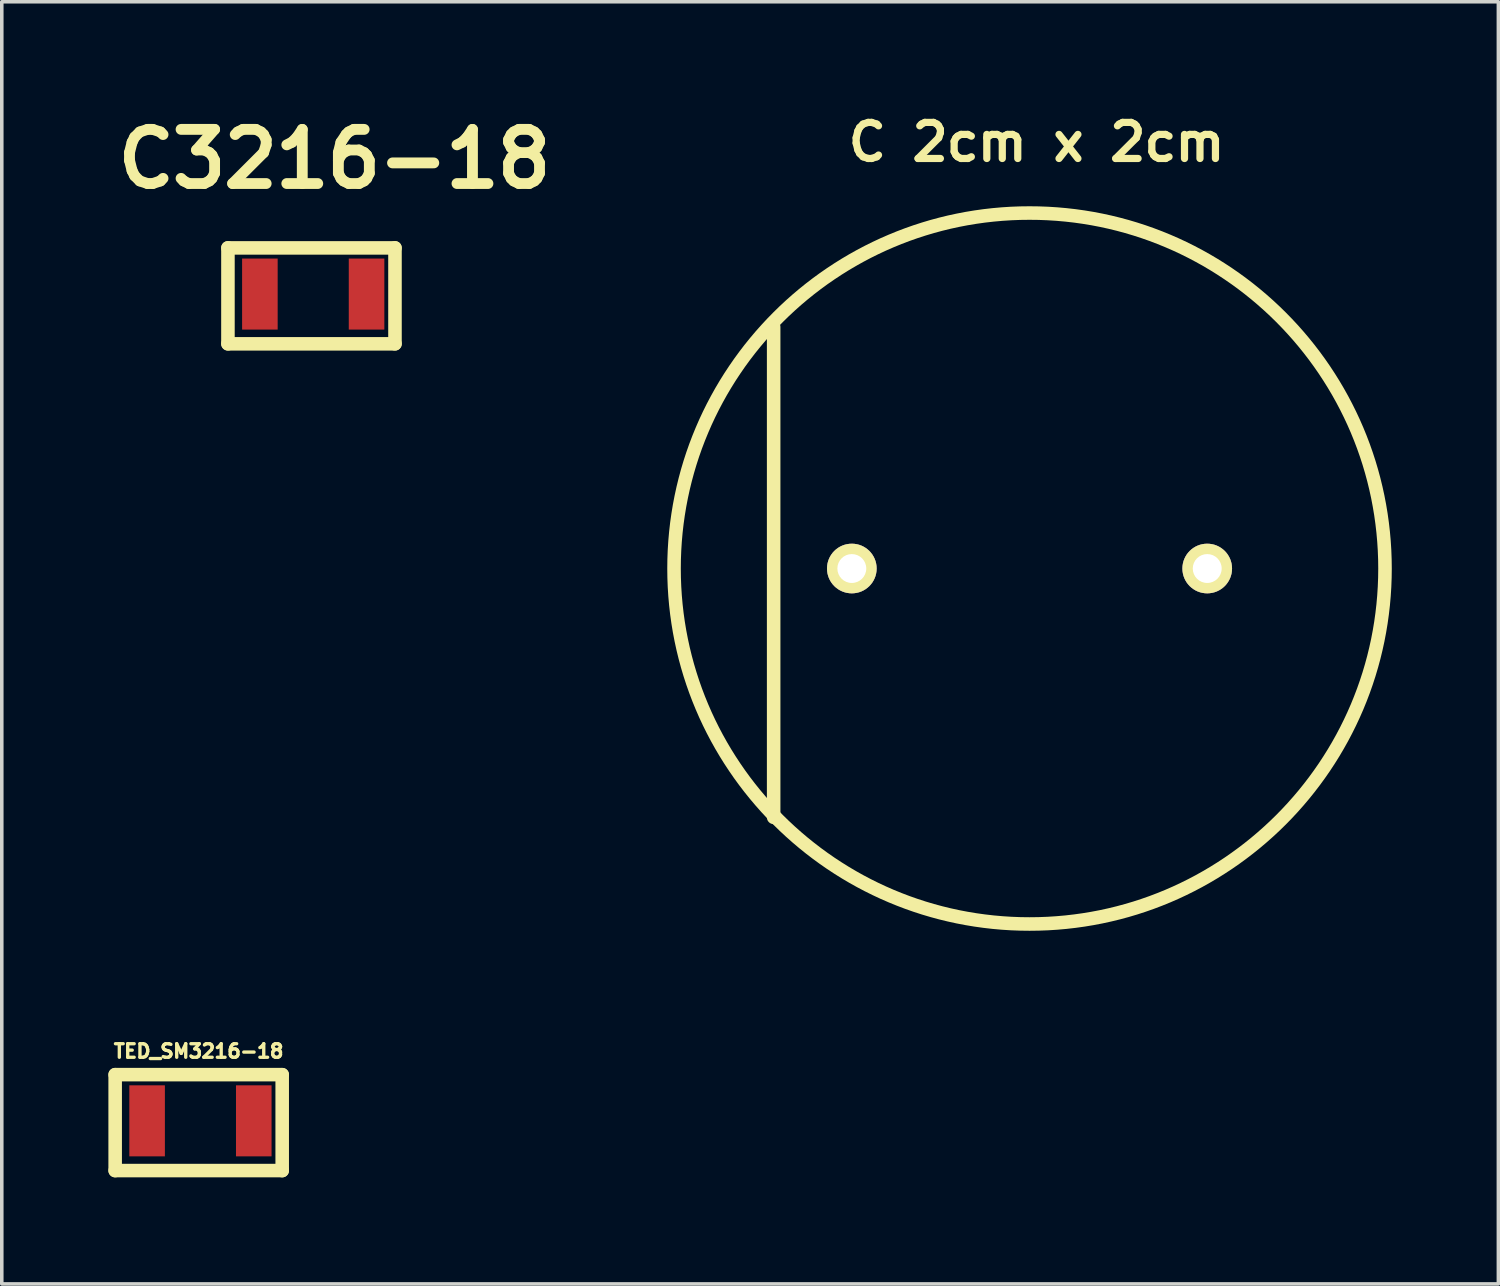
<source format=kicad_pcb>
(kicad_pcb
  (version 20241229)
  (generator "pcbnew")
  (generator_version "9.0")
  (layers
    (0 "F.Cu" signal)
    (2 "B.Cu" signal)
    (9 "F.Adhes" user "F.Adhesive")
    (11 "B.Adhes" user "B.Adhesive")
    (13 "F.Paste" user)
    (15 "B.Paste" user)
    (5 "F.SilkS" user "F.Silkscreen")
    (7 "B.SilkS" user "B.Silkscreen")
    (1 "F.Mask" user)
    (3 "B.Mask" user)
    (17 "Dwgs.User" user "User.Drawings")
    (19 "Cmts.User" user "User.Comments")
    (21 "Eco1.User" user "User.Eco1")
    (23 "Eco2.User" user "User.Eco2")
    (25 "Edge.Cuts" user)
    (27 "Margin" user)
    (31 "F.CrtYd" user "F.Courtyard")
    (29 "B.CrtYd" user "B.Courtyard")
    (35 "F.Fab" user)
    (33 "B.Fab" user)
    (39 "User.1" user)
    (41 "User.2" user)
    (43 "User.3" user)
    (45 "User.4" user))
  (footprint "C 2cm x 2cm"
    (layer "F.Cu")
    (at 25.924 12.95)
    (property "Reference" "C 2cm x 2cm" (at 0.201 -11.999 0) (layer "F.SilkS") (effects (font (size 1.016 1.016) (thickness 0.203))))
    (attr through_hole)
    (fp_line (start -7.201 -6.8) (end -7.201 7.003) (stroke (width 0.381) (type solid)) (layer "F.SilkS"))
    (fp_circle (center 0 0) (end 10 0.3) (stroke (width 0.381) (type solid)) (fill no) (layer "F.SilkS"))
    (pad "1" thru_hole circle (at -5.001 0) (size 1.397 1.397) (drill 0.813) (layers "*.Cu" "*.Mask" "F.SilkS"))
    (pad "2" thru_hole circle (at 5.001 0) (size 1.397 1.397) (drill 0.813) (layers "*.Cu" "*.Mask" "F.SilkS")))
  (footprint "TED_SM3216-18"
    (layer "F.Cu")
    (at 2.591 28.494)
    (property "Reference" "TED_SM3216-18" (at -0.051 -1.961 0) (layer "F.SilkS") (effects (font (size 0.381 0.381) (thickness 0.094))))
    (attr through_hole)
    (fp_line (start -2.4 -1.3) (end 2.301 -1.3) (stroke (width 0.381) (type solid)) (layer "F.SilkS"))
    (fp_line (start -2.4 1.4) (end -2.4 -1.3) (stroke (width 0.381) (type solid)) (layer "F.SilkS"))
    (fp_line (start -2.4 1.4) (end 2.301 1.4) (stroke (width 0.381) (type solid)) (layer "F.SilkS"))
    (fp_line (start 2.301 -1.3) (end 2.301 1.4) (stroke (width 0.381) (type solid)) (layer "F.SilkS"))
    (pad "1" smd rect (at -1.501 0) (size 1.001 1.999) (layers "F.Cu" "F.Mask" "F.Paste"))
    (pad "2" smd rect (at 1.501 0) (size 1.001 1.999) (layers "F.Cu" "F.Mask" "F.Paste")))
  (footprint "C3216-18"
    (layer "F.Cu")
    (at 5.765 5.226)
    (property "Reference" "C3216-18" (at 0.599 -3.8 0) (layer "F.SilkS") (effects (font (size 1.524 1.524) (thickness 0.305))))
    (attr through_hole)
    (fp_line (start -2.4 -1.3) (end 2.301 -1.3) (stroke (width 0.381) (type solid)) (layer "F.SilkS"))
    (fp_line (start -2.4 1.4) (end -2.4 -1.3) (stroke (width 0.381) (type solid)) (layer "F.SilkS"))
    (fp_line (start -2.4 1.4) (end 2.301 1.4) (stroke (width 0.381) (type solid)) (layer "F.SilkS"))
    (fp_line (start 2.301 -1.3) (end 2.301 1.4) (stroke (width 0.381) (type solid)) (layer "F.SilkS"))
    (pad "1" smd rect (at -1.501 0) (size 1.001 1.999) (layers "F.Cu" "F.Mask" "F.Paste"))
    (pad "2" smd rect (at 1.501 0) (size 1.001 1.999) (layers "F.Cu" "F.Mask" "F.Paste")))
  (gr_rect
    (start -3 -3)
    (end 39.119 33.084)
    (stroke (width 0.1) (type default))
    (fill no)
    (layer "Edge.Cuts")))
</source>
